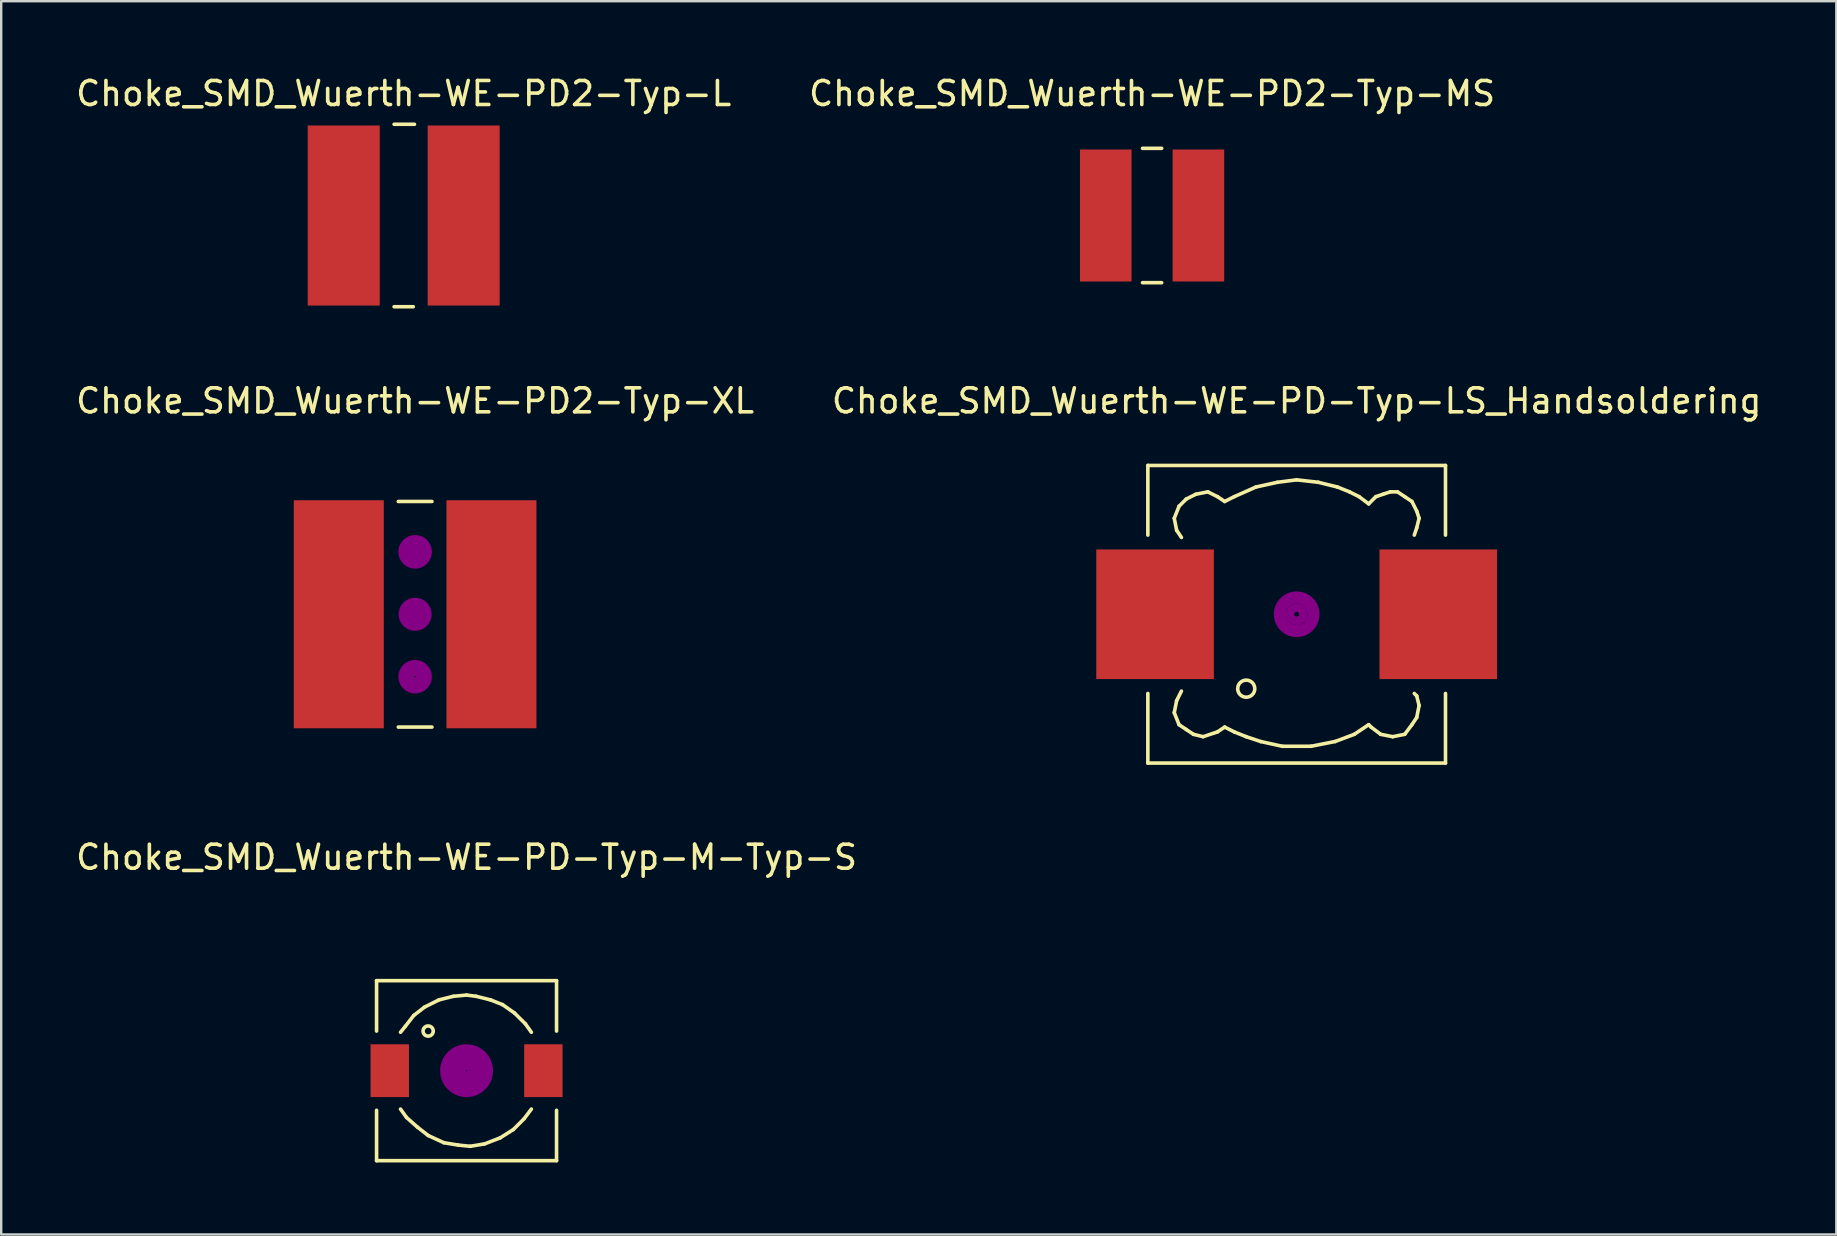
<source format=kicad_pcb>
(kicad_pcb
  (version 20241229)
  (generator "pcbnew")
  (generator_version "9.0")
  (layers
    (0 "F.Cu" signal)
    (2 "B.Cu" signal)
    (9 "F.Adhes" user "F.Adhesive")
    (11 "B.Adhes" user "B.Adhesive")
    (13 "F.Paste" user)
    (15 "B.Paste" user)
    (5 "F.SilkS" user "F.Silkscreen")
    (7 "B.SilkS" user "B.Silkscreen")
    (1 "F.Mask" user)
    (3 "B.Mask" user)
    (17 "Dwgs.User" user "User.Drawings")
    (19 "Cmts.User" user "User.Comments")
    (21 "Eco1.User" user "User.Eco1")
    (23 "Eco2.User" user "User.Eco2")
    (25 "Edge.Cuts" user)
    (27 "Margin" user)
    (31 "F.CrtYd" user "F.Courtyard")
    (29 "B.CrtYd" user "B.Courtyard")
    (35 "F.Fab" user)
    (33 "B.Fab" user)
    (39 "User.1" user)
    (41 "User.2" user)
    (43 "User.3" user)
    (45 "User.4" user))
  (footprint "Choke_SMD_Wuerth-WE-PD-Typ-LS_Handsoldering"
    (layer "F.Cu")
    (at 50.97 22.541)
    (property "Reference" "Choke_SMD_Wuerth-WE-PD-Typ-LS_Handsoldering" (at 0 -8.89 0) (layer "F.SilkS") (effects (font (size 1 1) (thickness 0.15))))
    (attr smd)
    (fp_line (start -6.2 -6.2) (end -6.2 -3.299) (stroke (width 0.15) (type solid)) (layer "F.SilkS"))
    (fp_line (start -6.2 3.299) (end -6.2 6.2) (stroke (width 0.15) (type solid)) (layer "F.SilkS"))
    (fp_line (start -6.2 6.2) (end 6.2 6.2) (stroke (width 0.15) (type solid)) (layer "F.SilkS"))
    (fp_line (start -5.1 -4) (end -5.001 -3.5) (stroke (width 0.15) (type solid)) (layer "F.SilkS"))
    (fp_line (start -5.1 4.1) (end -5.001 3.599) (stroke (width 0.15) (type solid)) (layer "F.SilkS"))
    (fp_line (start -5.001 -3.5) (end -4.801 -3.2) (stroke (width 0.15) (type solid)) (layer "F.SilkS"))
    (fp_line (start -5.001 3.599) (end -4.801 3.2) (stroke (width 0.15) (type solid)) (layer "F.SilkS"))
    (fp_line (start -4.9 -4.501) (end -5.1 -4) (stroke (width 0.15) (type solid)) (layer "F.SilkS"))
    (fp_line (start -4.9 4.6) (end -5.1 4.1) (stroke (width 0.15) (type solid)) (layer "F.SilkS"))
    (fp_line (start -4.6 -4.801) (end -4.9 -4.501) (stroke (width 0.15) (type solid)) (layer "F.SilkS"))
    (fp_line (start -4.6 4.801) (end -4.9 4.6) (stroke (width 0.15) (type solid)) (layer "F.SilkS"))
    (fp_line (start -4.3 5.001) (end -4.6 4.801) (stroke (width 0.15) (type solid)) (layer "F.SilkS"))
    (fp_line (start -4.201 -5.001) (end -4.6 -4.801) (stroke (width 0.15) (type solid)) (layer "F.SilkS"))
    (fp_line (start -3.899 5.1) (end -4.3 5.001) (stroke (width 0.15) (type solid)) (layer "F.SilkS"))
    (fp_line (start -3.701 -5.1) (end -4.201 -5.001) (stroke (width 0.15) (type solid)) (layer "F.SilkS"))
    (fp_line (start -3.299 -4.9) (end -3.701 -5.1) (stroke (width 0.15) (type solid)) (layer "F.SilkS"))
    (fp_line (start -3.299 4.9) (end -3.899 5.1) (stroke (width 0.15) (type solid)) (layer "F.SilkS"))
    (fp_line (start -3 -4.699) (end -3.299 -4.9) (stroke (width 0.15) (type solid)) (layer "F.SilkS"))
    (fp_line (start -3 4.699) (end -3.299 4.9) (stroke (width 0.15) (type solid)) (layer "F.SilkS"))
    (fp_line (start -2.601 -4.9) (end -3 -4.699) (stroke (width 0.15) (type solid)) (layer "F.SilkS"))
    (fp_line (start -2.601 4.9) (end -3 4.699) (stroke (width 0.15) (type solid)) (layer "F.SilkS"))
    (fp_line (start -2.101 5.1) (end -2.601 4.9) (stroke (width 0.15) (type solid)) (layer "F.SilkS"))
    (fp_line (start -1.699 -5.301) (end -2.601 -4.9) (stroke (width 0.15) (type solid)) (layer "F.SilkS"))
    (fp_line (start -1.501 5.301) (end -2.101 5.1) (stroke (width 0.15) (type solid)) (layer "F.SilkS"))
    (fp_line (start -0.8 -5.499) (end -1.699 -5.301) (stroke (width 0.15) (type solid)) (layer "F.SilkS"))
    (fp_line (start -0.599 5.499) (end -1.501 5.301) (stroke (width 0.15) (type solid)) (layer "F.SilkS"))
    (fp_line (start 0 -5.601) (end -0.8 -5.499) (stroke (width 0.15) (type solid)) (layer "F.SilkS"))
    (fp_line (start 0.599 5.499) (end -0.599 5.499) (stroke (width 0.15) (type solid)) (layer "F.SilkS"))
    (fp_line (start 0.899 -5.499) (end 0 -5.601) (stroke (width 0.15) (type solid)) (layer "F.SilkS"))
    (fp_line (start 1.6 5.301) (end 0.599 5.499) (stroke (width 0.15) (type solid)) (layer "F.SilkS"))
    (fp_line (start 1.699 -5.301) (end 0.899 -5.499) (stroke (width 0.15) (type solid)) (layer "F.SilkS"))
    (fp_line (start 2.2 -5.1) (end 1.699 -5.301) (stroke (width 0.15) (type solid)) (layer "F.SilkS"))
    (fp_line (start 2.4 5.001) (end 1.6 5.301) (stroke (width 0.15) (type solid)) (layer "F.SilkS"))
    (fp_line (start 2.601 -4.9) (end 2.2 -5.1) (stroke (width 0.15) (type solid)) (layer "F.SilkS"))
    (fp_line (start 3 -4.6) (end 2.601 -4.9) (stroke (width 0.15) (type solid)) (layer "F.SilkS"))
    (fp_line (start 3 4.6) (end 2.4 5.001) (stroke (width 0.15) (type solid)) (layer "F.SilkS"))
    (fp_line (start 3.099 4.699) (end 3 4.6) (stroke (width 0.15) (type solid)) (layer "F.SilkS"))
    (fp_line (start 3.299 -4.9) (end 3 -4.6) (stroke (width 0.15) (type solid)) (layer "F.SilkS"))
    (fp_line (start 3.5 5.001) (end 3.099 4.699) (stroke (width 0.15) (type solid)) (layer "F.SilkS"))
    (fp_line (start 3.599 -5.001) (end 3.299 -4.9) (stroke (width 0.15) (type solid)) (layer "F.SilkS"))
    (fp_line (start 3.899 -5.1) (end 3.599 -5.001) (stroke (width 0.15) (type solid)) (layer "F.SilkS"))
    (fp_line (start 4 5.1) (end 3.5 5.001) (stroke (width 0.15) (type solid)) (layer "F.SilkS"))
    (fp_line (start 4.201 -5.1) (end 3.899 -5.1) (stroke (width 0.15) (type solid)) (layer "F.SilkS"))
    (fp_line (start 4.501 -4.9) (end 4.201 -5.1) (stroke (width 0.15) (type solid)) (layer "F.SilkS"))
    (fp_line (start 4.501 5.001) (end 4 5.1) (stroke (width 0.15) (type solid)) (layer "F.SilkS"))
    (fp_line (start 4.801 -4.699) (end 4.501 -4.9) (stroke (width 0.15) (type solid)) (layer "F.SilkS"))
    (fp_line (start 4.801 4.6) (end 4.501 5.001) (stroke (width 0.15) (type solid)) (layer "F.SilkS"))
    (fp_line (start 4.9 -3.299) (end 5.001 -3.599) (stroke (width 0.15) (type solid)) (layer "F.SilkS"))
    (fp_line (start 4.9 3.299) (end 5.001 3.401) (stroke (width 0.15) (type solid)) (layer "F.SilkS"))
    (fp_line (start 5.001 -4.3) (end 4.801 -4.699) (stroke (width 0.15) (type solid)) (layer "F.SilkS"))
    (fp_line (start 5.001 -3.599) (end 5.1 -4) (stroke (width 0.15) (type solid)) (layer "F.SilkS"))
    (fp_line (start 5.001 3.401) (end 5.1 3.8) (stroke (width 0.15) (type solid)) (layer "F.SilkS"))
    (fp_line (start 5.001 4.3) (end 4.801 4.6) (stroke (width 0.15) (type solid)) (layer "F.SilkS"))
    (fp_line (start 5.1 -4) (end 5.001 -4.3) (stroke (width 0.15) (type solid)) (layer "F.SilkS"))
    (fp_line (start 5.1 3.8) (end 5.001 4.3) (stroke (width 0.15) (type solid)) (layer "F.SilkS"))
    (fp_line (start 6.2 -6.2) (end -6.2 -6.2) (stroke (width 0.15) (type solid)) (layer "F.SilkS"))
    (fp_line (start 6.2 -6.2) (end 6.2 -3.299) (stroke (width 0.15) (type solid)) (layer "F.SilkS"))
    (fp_line (start 6.2 6.2) (end 6.2 3.299) (stroke (width 0.15) (type solid)) (layer "F.SilkS"))
    (fp_circle (center -2.101 3.099) (end -1.849 3.35) (stroke (width 0.15) (type solid)) (fill no) (layer "F.SilkS"))
    (fp_circle (center 0 0) (end 0.1 0) (stroke (width 0.305) (type solid)) (fill no) (layer "F.Adhes"))
    (fp_circle (center 0 0) (end 0.3 0) (stroke (width 0.305) (type solid)) (fill no) (layer "F.Adhes"))
    (fp_circle (center 0 0) (end 0.6 0) (stroke (width 0.305) (type solid)) (fill no) (layer "F.Adhes"))
    (fp_circle (center 0 0) (end 0.8 0) (stroke (width 0.305) (type solid)) (fill no) (layer "F.Adhes"))
    (pad "1" smd rect (at -5.9 0) (size 4.9 5.4) (layers "F.Cu" "F.Mask" "F.Paste"))
    (pad "2" smd rect (at 5.9 0) (size 4.9 5.4) (layers "F.Cu" "F.Mask" "F.Paste")))
  (footprint "Choke_SMD_Wuerth-WE-PD2-Typ-MS"
    (layer "F.Cu")
    (at 44.946 5.928)
    (property "Reference" "Choke_SMD_Wuerth-WE-PD2-Typ-MS" (at 0 -5.08 0) (layer "F.SilkS") (effects (font (size 1 1) (thickness 0.15))))
    (attr smd)
    (fp_line (start -0.399 -2.799) (end 0.399 -2.799) (stroke (width 0.15) (type solid)) (layer "F.SilkS"))
    (fp_line (start -0.399 2.799) (end 0.399 2.799) (stroke (width 0.15) (type solid)) (layer "F.SilkS"))
    (pad "1" smd rect (at -1.93 0) (size 2.149 5.499) (layers "F.Cu" "F.Mask" "F.Paste"))
    (pad "2" smd rect (at 1.93 0) (size 2.149 5.499) (layers "F.Cu" "F.Mask" "F.Paste")))
  (footprint "Choke_SMD_Wuerth-WE-PD2-Typ-XL"
    (layer "F.Cu")
    (at 14.244 22.541)
    (property "Reference" "Choke_SMD_Wuerth-WE-PD2-Typ-XL" (at 0 -8.89 0) (layer "F.SilkS") (effects (font (size 1 1) (thickness 0.15))))
    (attr smd)
    (fp_line (start -0.701 -4.699) (end 0.701 -4.699) (stroke (width 0.15) (type solid)) (layer "F.SilkS"))
    (fp_line (start -0.701 4.699) (end 0.701 4.699) (stroke (width 0.15) (type solid)) (layer "F.SilkS"))
    (fp_circle (center 0 -2.601) (end 0.201 -2.601) (stroke (width 0.381) (type solid)) (fill no) (layer "F.Adhes"))
    (fp_circle (center 0 -2.601) (end 0.5 -2.499) (stroke (width 0.381) (type solid)) (fill no) (layer "F.Adhes"))
    (fp_circle (center 0 0) (end 0.201 0) (stroke (width 0.381) (type solid)) (fill no) (layer "F.Adhes"))
    (fp_circle (center 0 0) (end 0.5 0) (stroke (width 0.381) (type solid)) (fill no) (layer "F.Adhes"))
    (fp_circle (center 0 2.601) (end 0.099 2.799) (stroke (width 0.381) (type solid)) (fill no) (layer "F.Adhes"))
    (fp_circle (center 0 2.601) (end 0.5 2.7) (stroke (width 0.381) (type solid)) (fill no) (layer "F.Adhes"))
    (pad "1" smd rect (at -3.18 0) (size 3.749 9.5) (layers "F.Cu" "F.Mask" "F.Paste"))
    (pad "2" smd rect (at 3.18 0) (size 3.749 9.5) (layers "F.Cu" "F.Mask" "F.Paste")))
  (footprint "Choke_SMD_Wuerth-WE-PD2-Typ-L"
    (layer "F.Cu")
    (at 13.768 5.928)
    (property "Reference" "Choke_SMD_Wuerth-WE-PD2-Typ-L" (at 0 -5.08 0) (layer "F.SilkS") (effects (font (size 1 1) (thickness 0.15))))
    (attr smd)
    (fp_line (start -0.399 -3.8) (end 0.45 -3.8) (stroke (width 0.15) (type solid)) (layer "F.SilkS"))
    (fp_line (start -0.399 3.8) (end 0.399 3.8) (stroke (width 0.15) (type solid)) (layer "F.SilkS"))
    (pad "1" smd rect (at -2.499 0) (size 3 7.501) (layers "F.Cu" "F.Mask" "F.Paste"))
    (pad "2" smd rect (at 2.499 0) (size 3 7.501) (layers "F.Cu" "F.Mask" "F.Paste")))
  (footprint "Choke_SMD_Wuerth-WE-PD-Typ-M-Typ-S"
    (layer "F.Cu")
    (at 16.387 41.555)
    (property "Reference" "Choke_SMD_Wuerth-WE-PD-Typ-M-Typ-S" (at 0 -8.89 0) (layer "F.SilkS") (effects (font (size 1 1) (thickness 0.15))))
    (attr smd)
    (fp_line (start -3.749 -3.749) (end -3.749 -1.651) (stroke (width 0.15) (type solid)) (layer "F.SilkS"))
    (fp_line (start -3.749 1.651) (end -3.749 3.749) (stroke (width 0.15) (type solid)) (layer "F.SilkS"))
    (fp_line (start -3.749 3.749) (end 3.749 3.749) (stroke (width 0.15) (type solid)) (layer "F.SilkS"))
    (fp_line (start -2.751 1.6) (end -2.499 1.951) (stroke (width 0.15) (type solid)) (layer "F.SilkS"))
    (fp_line (start -2.55 -1.849) (end -2.751 -1.6) (stroke (width 0.15) (type solid)) (layer "F.SilkS"))
    (fp_line (start -2.499 1.951) (end -2.05 2.349) (stroke (width 0.15) (type solid)) (layer "F.SilkS"))
    (fp_line (start -2.2 -2.301) (end -2.55 -1.849) (stroke (width 0.15) (type solid)) (layer "F.SilkS"))
    (fp_line (start -2.05 2.349) (end -1.6 2.7) (stroke (width 0.15) (type solid)) (layer "F.SilkS"))
    (fp_line (start -1.75 -2.649) (end -2.2 -2.301) (stroke (width 0.15) (type solid)) (layer "F.SilkS"))
    (fp_line (start -1.6 2.7) (end -0.95 3) (stroke (width 0.15) (type solid)) (layer "F.SilkS"))
    (fp_line (start -1.151 -2.949) (end -1.75 -2.649) (stroke (width 0.15) (type solid)) (layer "F.SilkS"))
    (fp_line (start -0.95 3) (end -0.351 3.099) (stroke (width 0.15) (type solid)) (layer "F.SilkS"))
    (fp_line (start -0.551 -3.099) (end -1.151 -2.949) (stroke (width 0.15) (type solid)) (layer "F.SilkS"))
    (fp_line (start -0.351 3.099) (end 0.15 3.15) (stroke (width 0.15) (type solid)) (layer "F.SilkS"))
    (fp_line (start 0 -3.15) (end -0.551 -3.099) (stroke (width 0.15) (type solid)) (layer "F.SilkS"))
    (fp_line (start 0.15 3.15) (end 0.749 3.051) (stroke (width 0.15) (type solid)) (layer "F.SilkS"))
    (fp_line (start 0.399 -3.099) (end 0 -3.15) (stroke (width 0.15) (type solid)) (layer "F.SilkS"))
    (fp_line (start 0.749 3.051) (end 1.4 2.799) (stroke (width 0.15) (type solid)) (layer "F.SilkS"))
    (fp_line (start 1.001 -2.949) (end 0.399 -3.099) (stroke (width 0.15) (type solid)) (layer "F.SilkS"))
    (fp_line (start 1.4 2.799) (end 1.951 2.451) (stroke (width 0.15) (type solid)) (layer "F.SilkS"))
    (fp_line (start 1.501 -2.751) (end 1.001 -2.949) (stroke (width 0.15) (type solid)) (layer "F.SilkS"))
    (fp_line (start 1.951 2.451) (end 2.4 1.999) (stroke (width 0.15) (type solid)) (layer "F.SilkS"))
    (fp_line (start 1.999 -2.4) (end 1.501 -2.751) (stroke (width 0.15) (type solid)) (layer "F.SilkS"))
    (fp_line (start 2.4 1.999) (end 2.7 1.6) (stroke (width 0.15) (type solid)) (layer "F.SilkS"))
    (fp_line (start 2.451 -1.951) (end 1.999 -2.4) (stroke (width 0.15) (type solid)) (layer "F.SilkS"))
    (fp_line (start 2.7 -1.6) (end 2.451 -1.951) (stroke (width 0.15) (type solid)) (layer "F.SilkS"))
    (fp_line (start 3.749 -3.749) (end -3.749 -3.749) (stroke (width 0.15) (type solid)) (layer "F.SilkS"))
    (fp_line (start 3.749 -3.749) (end 3.749 -1.651) (stroke (width 0.15) (type solid)) (layer "F.SilkS"))
    (fp_line (start 3.749 3.749) (end 3.749 1.651) (stroke (width 0.15) (type solid)) (layer "F.SilkS"))
    (fp_circle (center -1.6 -1.651) (end -1.45 -1.501) (stroke (width 0.15) (type solid)) (fill no) (layer "F.SilkS"))
    (fp_circle (center 0 0) (end 0.15 0.15) (stroke (width 0.381) (type solid)) (fill no) (layer "F.Adhes"))
    (fp_circle (center 0 0) (end 0.551 0.051) (stroke (width 0.381) (type solid)) (fill no) (layer "F.Adhes"))
    (fp_circle (center 0 0) (end 0.899 0.15) (stroke (width 0.381) (type solid)) (fill no) (layer "F.Adhes"))
    (pad "1" smd rect (at -3.2 0) (size 1.6 2.2) (layers "F.Cu" "F.Mask" "F.Paste"))
    (pad "2" smd rect (at 3.2 0) (size 1.6 2.2) (layers "F.Cu" "F.Mask" "F.Paste")))
  (gr_rect
    (start -3 -3)
    (end 73.452 48.379)
    (stroke (width 0.1) (type default))
    (fill no)
    (layer "Edge.Cuts")))
</source>
